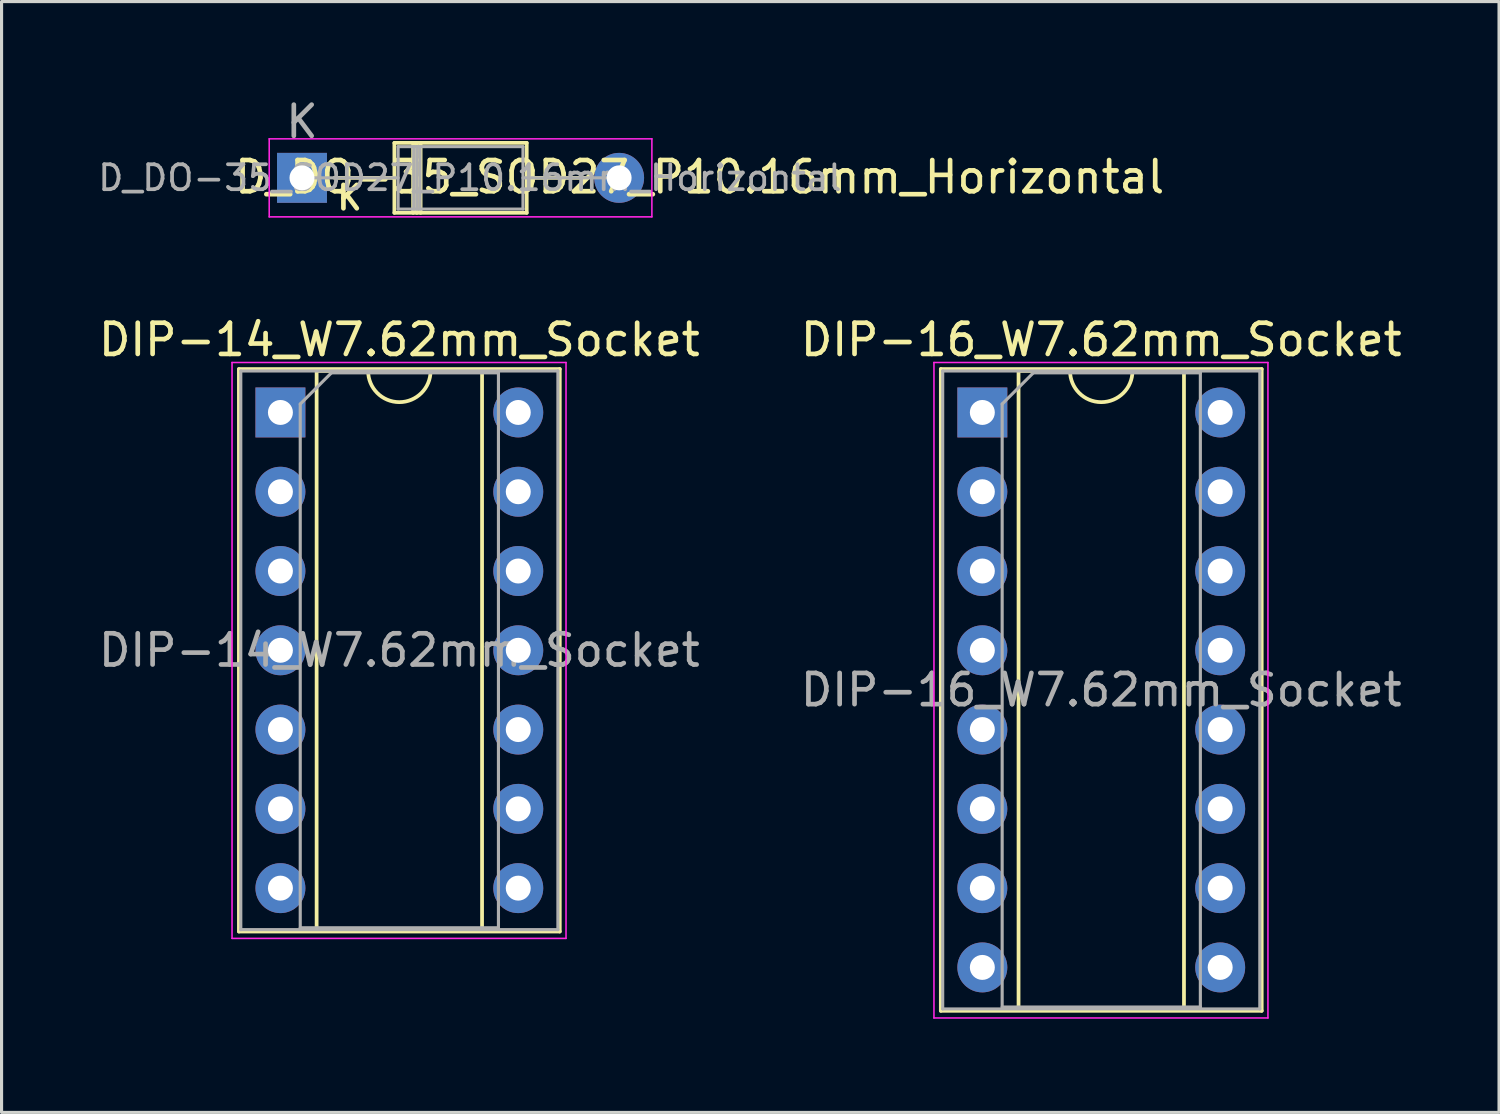
<source format=kicad_pcb>
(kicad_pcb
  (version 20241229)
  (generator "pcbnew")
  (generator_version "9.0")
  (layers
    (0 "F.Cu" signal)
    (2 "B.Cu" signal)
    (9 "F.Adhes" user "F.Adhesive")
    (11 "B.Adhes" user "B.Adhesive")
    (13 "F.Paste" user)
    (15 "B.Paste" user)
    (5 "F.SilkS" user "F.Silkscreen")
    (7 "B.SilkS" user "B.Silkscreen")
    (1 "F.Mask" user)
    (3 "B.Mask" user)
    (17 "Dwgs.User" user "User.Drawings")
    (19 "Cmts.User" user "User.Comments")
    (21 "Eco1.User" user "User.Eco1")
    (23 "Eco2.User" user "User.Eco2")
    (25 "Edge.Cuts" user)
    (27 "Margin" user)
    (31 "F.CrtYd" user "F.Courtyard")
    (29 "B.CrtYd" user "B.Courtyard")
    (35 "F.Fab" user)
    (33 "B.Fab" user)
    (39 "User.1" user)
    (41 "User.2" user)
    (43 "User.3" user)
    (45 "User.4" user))
  (footprint "DIP-14_W7.62mm_Socket"
    (layer "F.Cu")
    (at 5.934 10.164)
    (property "Reference" "DIP-14_W7.62mm_Socket" (at 3.81 -2.33 0) (layer "F.SilkS") (effects (font (size 1 1) (thickness 0.15))))
    (attr through_hole)
    (fp_line (start -1.33 -1.39) (end -1.33 16.63) (stroke (width 0.12) (type solid)) (layer "F.SilkS"))
    (fp_line (start -1.33 16.63) (end 8.95 16.63) (stroke (width 0.12) (type solid)) (layer "F.SilkS"))
    (fp_line (start 1.16 -1.33) (end 1.16 16.57) (stroke (width 0.12) (type solid)) (layer "F.SilkS"))
    (fp_line (start 1.16 16.57) (end 6.46 16.57) (stroke (width 0.12) (type solid)) (layer "F.SilkS"))
    (fp_line (start 2.81 -1.33) (end 1.16 -1.33) (stroke (width 0.12) (type solid)) (layer "F.SilkS"))
    (fp_line (start 6.46 -1.33) (end 4.81 -1.33) (stroke (width 0.12) (type solid)) (layer "F.SilkS"))
    (fp_line (start 6.46 16.57) (end 6.46 -1.33) (stroke (width 0.12) (type solid)) (layer "F.SilkS"))
    (fp_line (start 8.95 -1.39) (end -1.33 -1.39) (stroke (width 0.12) (type solid)) (layer "F.SilkS"))
    (fp_line (start 8.95 16.63) (end 8.95 -1.39) (stroke (width 0.12) (type solid)) (layer "F.SilkS"))
    (fp_arc (start 4.81 -1.33) (mid 3.81 -0.33) (end 2.81 -1.33) (stroke (width 0.12) (type solid)) (layer "F.SilkS"))
    (fp_line (start -1.55 -1.6) (end -1.55 16.85) (stroke (width 0.05) (type solid)) (layer "F.CrtYd"))
    (fp_line (start -1.55 16.85) (end 9.15 16.85) (stroke (width 0.05) (type solid)) (layer "F.CrtYd"))
    (fp_line (start 9.15 -1.6) (end -1.55 -1.6) (stroke (width 0.05) (type solid)) (layer "F.CrtYd"))
    (fp_line (start 9.15 16.85) (end 9.15 -1.6) (stroke (width 0.05) (type solid)) (layer "F.CrtYd"))
    (fp_line (start -1.27 -1.33) (end -1.27 16.57) (stroke (width 0.1) (type solid)) (layer "F.Fab"))
    (fp_line (start -1.27 16.57) (end 8.89 16.57) (stroke (width 0.1) (type solid)) (layer "F.Fab"))
    (fp_line (start 0.635 -0.27) (end 1.635 -1.27) (stroke (width 0.1) (type solid)) (layer "F.Fab"))
    (fp_line (start 0.635 16.51) (end 0.635 -0.27) (stroke (width 0.1) (type solid)) (layer "F.Fab"))
    (fp_line (start 1.635 -1.27) (end 6.985 -1.27) (stroke (width 0.1) (type solid)) (layer "F.Fab"))
    (fp_line (start 6.985 -1.27) (end 6.985 16.51) (stroke (width 0.1) (type solid)) (layer "F.Fab"))
    (fp_line (start 6.985 16.51) (end 0.635 16.51) (stroke (width 0.1) (type solid)) (layer "F.Fab"))
    (fp_line (start 8.89 -1.33) (end -1.27 -1.33) (stroke (width 0.1) (type solid)) (layer "F.Fab"))
    (fp_line (start 8.89 16.57) (end 8.89 -1.33) (stroke (width 0.1) (type solid)) (layer "F.Fab"))
    (fp_text user "${REFERENCE}" (at 3.81 7.62 0) (layer "F.Fab") (effects (font (size 1 1) (thickness 0.15))))
    (pad "1" thru_hole rect (at 0 0) (size 1.6 1.6) (drill 0.8) (layers "*.Cu" "*.Mask"))
    (pad "2" thru_hole oval (at 0 2.54) (size 1.6 1.6) (drill 0.8) (layers "*.Cu" "*.Mask"))
    (pad "3" thru_hole oval (at 0 5.08) (size 1.6 1.6) (drill 0.8) (layers "*.Cu" "*.Mask"))
    (pad "4" thru_hole oval (at 0 7.62) (size 1.6 1.6) (drill 0.8) (layers "*.Cu" "*.Mask"))
    (pad "5" thru_hole oval (at 0 10.16) (size 1.6 1.6) (drill 0.8) (layers "*.Cu" "*.Mask"))
    (pad "6" thru_hole oval (at 0 12.7) (size 1.6 1.6) (drill 0.8) (layers "*.Cu" "*.Mask"))
    (pad "7" thru_hole oval (at 0 15.24) (size 1.6 1.6) (drill 0.8) (layers "*.Cu" "*.Mask"))
    (pad "8" thru_hole oval (at 7.62 15.24) (size 1.6 1.6) (drill 0.8) (layers "*.Cu" "*.Mask"))
    (pad "9" thru_hole oval (at 7.62 12.7) (size 1.6 1.6) (drill 0.8) (layers "*.Cu" "*.Mask"))
    (pad "10" thru_hole oval (at 7.62 10.16) (size 1.6 1.6) (drill 0.8) (layers "*.Cu" "*.Mask"))
    (pad "11" thru_hole oval (at 7.62 7.62) (size 1.6 1.6) (drill 0.8) (layers "*.Cu" "*.Mask"))
    (pad "12" thru_hole oval (at 7.62 5.08) (size 1.6 1.6) (drill 0.8) (layers "*.Cu" "*.Mask"))
    (pad "13" thru_hole oval (at 7.62 2.54) (size 1.6 1.6) (drill 0.8) (layers "*.Cu" "*.Mask"))
    (pad "14" thru_hole oval (at 7.62 0) (size 1.6 1.6) (drill 0.8) (layers "*.Cu" "*.Mask")))
  (footprint "D_DO-35_SOD27_P10.16mm_Horizontal"
    (layer "F.Cu")
    (at 6.625 2.648)
    (property "Reference" "D_DO-35_SOD27_P10.16mm_Horizontal" (at 12.74 -0.026 180) (layer "F.SilkS") (effects (font (size 1 1) (thickness 0.15))))
    (attr through_hole)
    (fp_line (start 1.04 0) (end 2.96 0) (stroke (width 0.12) (type solid)) (layer "F.SilkS"))
    (fp_line (start 2.96 -1.12) (end 2.96 1.12) (stroke (width 0.12) (type solid)) (layer "F.SilkS"))
    (fp_line (start 2.96 1.12) (end 7.2 1.12) (stroke (width 0.12) (type solid)) (layer "F.SilkS"))
    (fp_line (start 3.56 -1.12) (end 3.56 1.12) (stroke (width 0.12) (type solid)) (layer "F.SilkS"))
    (fp_line (start 3.68 -1.12) (end 3.68 1.12) (stroke (width 0.12) (type solid)) (layer "F.SilkS"))
    (fp_line (start 3.8 -1.12) (end 3.8 1.12) (stroke (width 0.12) (type solid)) (layer "F.SilkS"))
    (fp_line (start 7.2 -1.12) (end 2.96 -1.12) (stroke (width 0.12) (type solid)) (layer "F.SilkS"))
    (fp_line (start 7.2 1.12) (end 7.2 -1.12) (stroke (width 0.12) (type solid)) (layer "F.SilkS"))
    (fp_line (start 9.12 0) (end 7.2 0) (stroke (width 0.12) (type solid)) (layer "F.SilkS"))
    (fp_line (start -1.05 -1.25) (end -1.05 1.25) (stroke (width 0.05) (type solid)) (layer "F.CrtYd"))
    (fp_line (start -1.05 1.25) (end 11.21 1.25) (stroke (width 0.05) (type solid)) (layer "F.CrtYd"))
    (fp_line (start 11.21 -1.25) (end -1.05 -1.25) (stroke (width 0.05) (type solid)) (layer "F.CrtYd"))
    (fp_line (start 11.21 1.25) (end 11.21 -1.25) (stroke (width 0.05) (type solid)) (layer "F.CrtYd"))
    (fp_line (start 0 0) (end 3.08 0) (stroke (width 0.1) (type solid)) (layer "F.Fab"))
    (fp_line (start 3.08 -1) (end 3.08 1) (stroke (width 0.1) (type solid)) (layer "F.Fab"))
    (fp_line (start 3.08 1) (end 7.08 1) (stroke (width 0.1) (type solid)) (layer "F.Fab"))
    (fp_line (start 3.58 -1) (end 3.58 1) (stroke (width 0.1) (type solid)) (layer "F.Fab"))
    (fp_line (start 3.68 -1) (end 3.68 1) (stroke (width 0.1) (type solid)) (layer "F.Fab"))
    (fp_line (start 3.78 -1) (end 3.78 1) (stroke (width 0.1) (type solid)) (layer "F.Fab"))
    (fp_line (start 7.08 -1) (end 3.08 -1) (stroke (width 0.1) (type solid)) (layer "F.Fab"))
    (fp_line (start 7.08 1) (end 7.08 -1) (stroke (width 0.1) (type solid)) (layer "F.Fab"))
    (fp_line (start 10.16 0) (end 7.08 0) (stroke (width 0.1) (type solid)) (layer "F.Fab"))
    (fp_text user "K" (at 1.524 0.635 180) (layer "F.SilkS") (effects (font (size 0.75 0.75) (thickness 0.15))))
    (fp_text user "${REFERENCE}" (at 5.38 0 180) (layer "F.Fab") (effects (font (size 0.8 0.8) (thickness 0.12))))
    (fp_text user "K" (at 0 -1.8 180) (layer "F.Fab") (effects (font (size 1 1) (thickness 0.15))))
    (pad "1" thru_hole rect (at 0 0) (size 1.6 1.6) (drill 0.8) (layers "*.Cu" "*.Mask"))
    (pad "2" thru_hole oval (at 10.16 0) (size 1.6 1.6) (drill 0.8) (layers "*.Cu" "*.Mask")))
  (footprint "DIP-16_W7.62mm_Socket"
    (layer "F.Cu")
    (at 28.422 10.164)
    (property "Reference" "DIP-16_W7.62mm_Socket" (at 3.81 -2.33 0) (layer "F.SilkS") (effects (font (size 1 1) (thickness 0.15))))
    (attr through_hole)
    (fp_line (start -1.33 -1.39) (end -1.33 19.17) (stroke (width 0.12) (type solid)) (layer "F.SilkS"))
    (fp_line (start -1.33 19.17) (end 8.95 19.17) (stroke (width 0.12) (type solid)) (layer "F.SilkS"))
    (fp_line (start 1.16 -1.33) (end 1.16 19.11) (stroke (width 0.12) (type solid)) (layer "F.SilkS"))
    (fp_line (start 1.16 19.11) (end 6.46 19.11) (stroke (width 0.12) (type solid)) (layer "F.SilkS"))
    (fp_line (start 2.81 -1.33) (end 1.16 -1.33) (stroke (width 0.12) (type solid)) (layer "F.SilkS"))
    (fp_line (start 6.46 -1.33) (end 4.81 -1.33) (stroke (width 0.12) (type solid)) (layer "F.SilkS"))
    (fp_line (start 6.46 19.11) (end 6.46 -1.33) (stroke (width 0.12) (type solid)) (layer "F.SilkS"))
    (fp_line (start 8.95 -1.39) (end -1.33 -1.39) (stroke (width 0.12) (type solid)) (layer "F.SilkS"))
    (fp_line (start 8.95 19.17) (end 8.95 -1.39) (stroke (width 0.12) (type solid)) (layer "F.SilkS"))
    (fp_arc (start 4.81 -1.33) (mid 3.81 -0.33) (end 2.81 -1.33) (stroke (width 0.12) (type solid)) (layer "F.SilkS"))
    (fp_line (start -1.55 -1.6) (end -1.55 19.4) (stroke (width 0.05) (type solid)) (layer "F.CrtYd"))
    (fp_line (start -1.55 19.4) (end 9.15 19.4) (stroke (width 0.05) (type solid)) (layer "F.CrtYd"))
    (fp_line (start 9.15 -1.6) (end -1.55 -1.6) (stroke (width 0.05) (type solid)) (layer "F.CrtYd"))
    (fp_line (start 9.15 19.4) (end 9.15 -1.6) (stroke (width 0.05) (type solid)) (layer "F.CrtYd"))
    (fp_line (start -1.27 -1.33) (end -1.27 19.11) (stroke (width 0.1) (type solid)) (layer "F.Fab"))
    (fp_line (start -1.27 19.11) (end 8.89 19.11) (stroke (width 0.1) (type solid)) (layer "F.Fab"))
    (fp_line (start 0.635 -0.27) (end 1.635 -1.27) (stroke (width 0.1) (type solid)) (layer "F.Fab"))
    (fp_line (start 0.635 19.05) (end 0.635 -0.27) (stroke (width 0.1) (type solid)) (layer "F.Fab"))
    (fp_line (start 1.635 -1.27) (end 6.985 -1.27) (stroke (width 0.1) (type solid)) (layer "F.Fab"))
    (fp_line (start 6.985 -1.27) (end 6.985 19.05) (stroke (width 0.1) (type solid)) (layer "F.Fab"))
    (fp_line (start 6.985 19.05) (end 0.635 19.05) (stroke (width 0.1) (type solid)) (layer "F.Fab"))
    (fp_line (start 8.89 -1.33) (end -1.27 -1.33) (stroke (width 0.1) (type solid)) (layer "F.Fab"))
    (fp_line (start 8.89 19.11) (end 8.89 -1.33) (stroke (width 0.1) (type solid)) (layer "F.Fab"))
    (fp_text user "${REFERENCE}" (at 3.81 8.89 0) (layer "F.Fab") (effects (font (size 1 1) (thickness 0.15))))
    (pad "1" thru_hole rect (at 0 0) (size 1.6 1.6) (drill 0.8) (layers "*.Cu" "*.Mask"))
    (pad "2" thru_hole oval (at 0 2.54) (size 1.6 1.6) (drill 0.8) (layers "*.Cu" "*.Mask"))
    (pad "3" thru_hole oval (at 0 5.08) (size 1.6 1.6) (drill 0.8) (layers "*.Cu" "*.Mask"))
    (pad "4" thru_hole oval (at 0 7.62) (size 1.6 1.6) (drill 0.8) (layers "*.Cu" "*.Mask"))
    (pad "5" thru_hole oval (at 0 10.16) (size 1.6 1.6) (drill 0.8) (layers "*.Cu" "*.Mask"))
    (pad "6" thru_hole oval (at 0 12.7) (size 1.6 1.6) (drill 0.8) (layers "*.Cu" "*.Mask"))
    (pad "7" thru_hole oval (at 0 15.24) (size 1.6 1.6) (drill 0.8) (layers "*.Cu" "*.Mask"))
    (pad "8" thru_hole oval (at 0 17.78) (size 1.6 1.6) (drill 0.8) (layers "*.Cu" "*.Mask"))
    (pad "9" thru_hole oval (at 7.62 17.78) (size 1.6 1.6) (drill 0.8) (layers "*.Cu" "*.Mask"))
    (pad "10" thru_hole oval (at 7.62 15.24) (size 1.6 1.6) (drill 0.8) (layers "*.Cu" "*.Mask"))
    (pad "11" thru_hole oval (at 7.62 12.7) (size 1.6 1.6) (drill 0.8) (layers "*.Cu" "*.Mask"))
    (pad "12" thru_hole oval (at 7.62 10.16) (size 1.6 1.6) (drill 0.8) (layers "*.Cu" "*.Mask"))
    (pad "13" thru_hole oval (at 7.62 7.62) (size 1.6 1.6) (drill 0.8) (layers "*.Cu" "*.Mask"))
    (pad "14" thru_hole oval (at 7.62 5.08) (size 1.6 1.6) (drill 0.8) (layers "*.Cu" "*.Mask"))
    (pad "15" thru_hole oval (at 7.62 2.54) (size 1.6 1.6) (drill 0.8) (layers "*.Cu" "*.Mask"))
    (pad "16" thru_hole oval (at 7.62 0) (size 1.6 1.6) (drill 0.8) (layers "*.Cu" "*.Mask")))
  (gr_rect
    (start -3 -3)
    (end 44.976 32.589)
    (stroke (width 0.1) (type default))
    (fill no)
    (layer "Edge.Cuts")))
</source>
